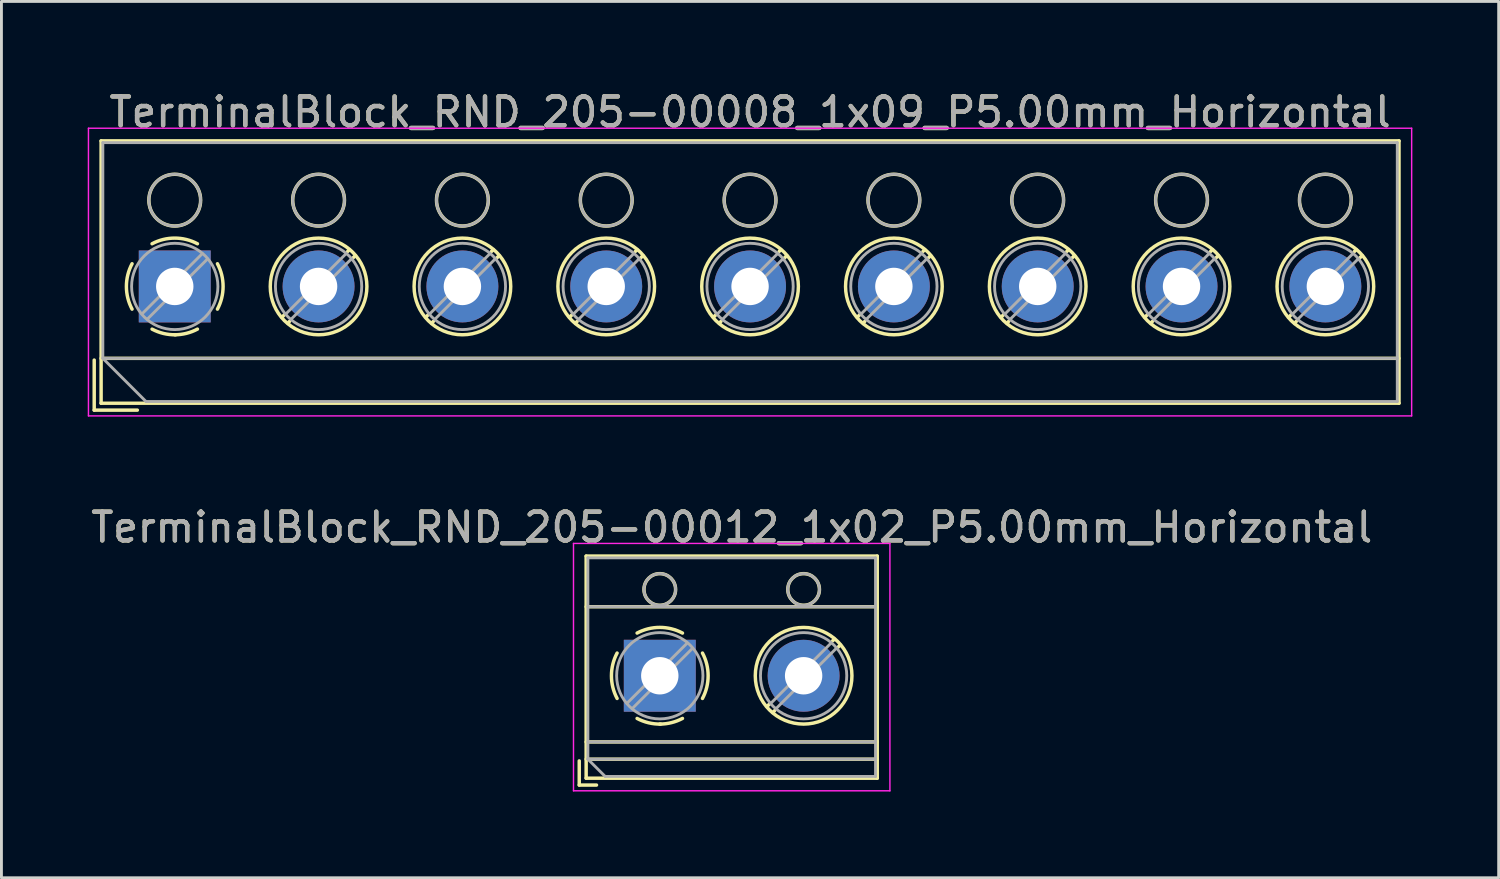
<source format=kicad_pcb>
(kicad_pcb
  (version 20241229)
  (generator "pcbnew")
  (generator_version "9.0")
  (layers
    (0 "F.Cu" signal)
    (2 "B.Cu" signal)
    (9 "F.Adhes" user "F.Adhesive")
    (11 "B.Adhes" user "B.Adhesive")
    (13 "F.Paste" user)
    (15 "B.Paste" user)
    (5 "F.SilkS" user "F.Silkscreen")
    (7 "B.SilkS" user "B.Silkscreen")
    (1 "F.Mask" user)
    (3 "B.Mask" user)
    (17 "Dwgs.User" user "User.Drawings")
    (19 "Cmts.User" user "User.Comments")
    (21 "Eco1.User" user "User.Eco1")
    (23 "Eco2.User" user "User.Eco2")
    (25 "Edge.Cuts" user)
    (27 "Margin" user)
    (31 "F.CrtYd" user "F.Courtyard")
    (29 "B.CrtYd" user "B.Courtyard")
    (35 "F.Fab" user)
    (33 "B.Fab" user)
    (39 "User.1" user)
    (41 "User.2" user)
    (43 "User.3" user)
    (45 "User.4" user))
  (footprint "TerminalBlock_RND_205-00008_1x09_P5.00mm_Horizontal"
    (layer "F.Cu")
    (at 3.025 6.908)
    (property "Reference" "TerminalBlock_RND_205-00008_1x09_P5.00mm_Horizontal" (at 20 -6.06 0) (layer "F.SilkS") (effects (font (size 1 1) (thickness 0.15))))
    (attr through_hole)
    (fp_line (start -2.8 2.56) (end -2.8 4.3) (stroke (width 0.12) (type solid)) (layer "F.SilkS"))
    (fp_line (start -2.8 4.3) (end -1.3 4.3) (stroke (width 0.12) (type solid)) (layer "F.SilkS"))
    (fp_line (start -2.56 -5.06) (end -2.56 4.06) (stroke (width 0.12) (type solid)) (layer "F.SilkS"))
    (fp_line (start -2.56 -5.06) (end 42.56 -5.06) (stroke (width 0.12) (type solid)) (layer "F.SilkS"))
    (fp_line (start -2.56 2.5) (end 42.56 2.5) (stroke (width 0.12) (type solid)) (layer "F.SilkS"))
    (fp_line (start -2.56 4.06) (end 42.56 4.06) (stroke (width 0.12) (type solid)) (layer "F.SilkS"))
    (fp_line (start 3.82 0.976) (end 3.726 1.069) (stroke (width 0.12) (type solid)) (layer "F.SilkS"))
    (fp_line (start 3.99 1.216) (end 3.931 1.274) (stroke (width 0.12) (type solid)) (layer "F.SilkS"))
    (fp_line (start 6.07 -1.275) (end 6.011 -1.216) (stroke (width 0.12) (type solid)) (layer "F.SilkS"))
    (fp_line (start 6.275 -1.069) (end 6.181 -0.976) (stroke (width 0.12) (type solid)) (layer "F.SilkS"))
    (fp_line (start 8.82 0.976) (end 8.726 1.069) (stroke (width 0.12) (type solid)) (layer "F.SilkS"))
    (fp_line (start 8.99 1.216) (end 8.931 1.274) (stroke (width 0.12) (type solid)) (layer "F.SilkS"))
    (fp_line (start 11.07 -1.275) (end 11.011 -1.216) (stroke (width 0.12) (type solid)) (layer "F.SilkS"))
    (fp_line (start 11.275 -1.069) (end 11.181 -0.976) (stroke (width 0.12) (type solid)) (layer "F.SilkS"))
    (fp_line (start 13.82 0.976) (end 13.726 1.069) (stroke (width 0.12) (type solid)) (layer "F.SilkS"))
    (fp_line (start 13.99 1.216) (end 13.931 1.274) (stroke (width 0.12) (type solid)) (layer "F.SilkS"))
    (fp_line (start 16.07 -1.275) (end 16.011 -1.216) (stroke (width 0.12) (type solid)) (layer "F.SilkS"))
    (fp_line (start 16.275 -1.069) (end 16.181 -0.976) (stroke (width 0.12) (type solid)) (layer "F.SilkS"))
    (fp_line (start 18.82 0.976) (end 18.726 1.069) (stroke (width 0.12) (type solid)) (layer "F.SilkS"))
    (fp_line (start 18.99 1.216) (end 18.931 1.274) (stroke (width 0.12) (type solid)) (layer "F.SilkS"))
    (fp_line (start 21.07 -1.275) (end 21.011 -1.216) (stroke (width 0.12) (type solid)) (layer "F.SilkS"))
    (fp_line (start 21.275 -1.069) (end 21.181 -0.976) (stroke (width 0.12) (type solid)) (layer "F.SilkS"))
    (fp_line (start 23.82 0.976) (end 23.726 1.069) (stroke (width 0.12) (type solid)) (layer "F.SilkS"))
    (fp_line (start 23.99 1.216) (end 23.931 1.274) (stroke (width 0.12) (type solid)) (layer "F.SilkS"))
    (fp_line (start 26.07 -1.275) (end 26.011 -1.216) (stroke (width 0.12) (type solid)) (layer "F.SilkS"))
    (fp_line (start 26.275 -1.069) (end 26.181 -0.976) (stroke (width 0.12) (type solid)) (layer "F.SilkS"))
    (fp_line (start 28.82 0.976) (end 28.726 1.069) (stroke (width 0.12) (type solid)) (layer "F.SilkS"))
    (fp_line (start 28.99 1.216) (end 28.931 1.274) (stroke (width 0.12) (type solid)) (layer "F.SilkS"))
    (fp_line (start 31.07 -1.275) (end 31.011 -1.216) (stroke (width 0.12) (type solid)) (layer "F.SilkS"))
    (fp_line (start 31.275 -1.069) (end 31.181 -0.976) (stroke (width 0.12) (type solid)) (layer "F.SilkS"))
    (fp_line (start 33.82 0.976) (end 33.726 1.069) (stroke (width 0.12) (type solid)) (layer "F.SilkS"))
    (fp_line (start 33.99 1.216) (end 33.931 1.274) (stroke (width 0.12) (type solid)) (layer "F.SilkS"))
    (fp_line (start 36.07 -1.275) (end 36.011 -1.216) (stroke (width 0.12) (type solid)) (layer "F.SilkS"))
    (fp_line (start 36.275 -1.069) (end 36.181 -0.976) (stroke (width 0.12) (type solid)) (layer "F.SilkS"))
    (fp_line (start 38.82 0.976) (end 38.726 1.069) (stroke (width 0.12) (type solid)) (layer "F.SilkS"))
    (fp_line (start 38.99 1.216) (end 38.931 1.274) (stroke (width 0.12) (type solid)) (layer "F.SilkS"))
    (fp_line (start 41.07 -1.275) (end 41.011 -1.216) (stroke (width 0.12) (type solid)) (layer "F.SilkS"))
    (fp_line (start 41.275 -1.069) (end 41.181 -0.976) (stroke (width 0.12) (type solid)) (layer "F.SilkS"))
    (fp_line (start 42.56 -5.06) (end 42.56 4.06) (stroke (width 0.12) (type solid)) (layer "F.SilkS"))
    (fp_arc (start -1.483953 0.789089) (mid -1.680708 0.00005) (end -1.484 -0.789) (stroke (width 0.12) (type solid)) (layer "F.SilkS"))
    (fp_arc (start -0.789089 -1.483953) (mid -0.00005 -1.680708) (end 0.789 -1.484) (stroke (width 0.12) (type solid)) (layer "F.SilkS"))
    (fp_arc (start 0.029383 1.68045) (mid -0.392304 1.634281) (end -0.789 1.484) (stroke (width 0.12) (type solid)) (layer "F.SilkS"))
    (fp_arc (start 0.788712 1.483352) (mid 0.406429 1.630097) (end 0 1.68) (stroke (width 0.12) (type solid)) (layer "F.SilkS"))
    (fp_arc (start 1.483953 -0.789089) (mid 1.680708 -0.00005) (end 1.484 0.789) (stroke (width 0.12) (type solid)) (layer "F.SilkS"))
    (fp_circle (center 0 -3) (end 0.9 -3) (stroke (width 0.12) (type solid)) (fill no) (layer "F.SilkS"))
    (fp_circle (center 5 -3) (end 5.9 -3) (stroke (width 0.12) (type solid)) (fill no) (layer "F.SilkS"))
    (fp_circle (center 5 0) (end 6.68 0) (stroke (width 0.12) (type solid)) (fill no) (layer "F.SilkS"))
    (fp_circle (center 10 -3) (end 10.9 -3) (stroke (width 0.12) (type solid)) (fill no) (layer "F.SilkS"))
    (fp_circle (center 10 0) (end 11.68 0) (stroke (width 0.12) (type solid)) (fill no) (layer "F.SilkS"))
    (fp_circle (center 15 -3) (end 15.9 -3) (stroke (width 0.12) (type solid)) (fill no) (layer "F.SilkS"))
    (fp_circle (center 15 0) (end 16.68 0) (stroke (width 0.12) (type solid)) (fill no) (layer "F.SilkS"))
    (fp_circle (center 20 -3) (end 20.9 -3) (stroke (width 0.12) (type solid)) (fill no) (layer "F.SilkS"))
    (fp_circle (center 20 0) (end 21.68 0) (stroke (width 0.12) (type solid)) (fill no) (layer "F.SilkS"))
    (fp_circle (center 25 -3) (end 25.9 -3) (stroke (width 0.12) (type solid)) (fill no) (layer "F.SilkS"))
    (fp_circle (center 25 0) (end 26.68 0) (stroke (width 0.12) (type solid)) (fill no) (layer "F.SilkS"))
    (fp_circle (center 30 -3) (end 30.9 -3) (stroke (width 0.12) (type solid)) (fill no) (layer "F.SilkS"))
    (fp_circle (center 30 0) (end 31.68 0) (stroke (width 0.12) (type solid)) (fill no) (layer "F.SilkS"))
    (fp_circle (center 35 -3) (end 35.9 -3) (stroke (width 0.12) (type solid)) (fill no) (layer "F.SilkS"))
    (fp_circle (center 35 0) (end 36.68 0) (stroke (width 0.12) (type solid)) (fill no) (layer "F.SilkS"))
    (fp_circle (center 40 -3) (end 40.9 -3) (stroke (width 0.12) (type solid)) (fill no) (layer "F.SilkS"))
    (fp_circle (center 40 0) (end 41.68 0) (stroke (width 0.12) (type solid)) (fill no) (layer "F.SilkS"))
    (fp_line (start -3 -5.5) (end -3 4.5) (stroke (width 0.05) (type solid)) (layer "F.CrtYd"))
    (fp_line (start -3 4.5) (end 43 4.5) (stroke (width 0.05) (type solid)) (layer "F.CrtYd"))
    (fp_line (start 43 -5.5) (end -3 -5.5) (stroke (width 0.05) (type solid)) (layer "F.CrtYd"))
    (fp_line (start 43 4.5) (end 43 -5.5) (stroke (width 0.05) (type solid)) (layer "F.CrtYd"))
    (fp_line (start -2.5 -5) (end 42.5 -5) (stroke (width 0.1) (type solid)) (layer "F.Fab"))
    (fp_line (start -2.5 2.5) (end -2.5 -5) (stroke (width 0.1) (type solid)) (layer "F.Fab"))
    (fp_line (start -2.5 2.5) (end 42.5 2.5) (stroke (width 0.1) (type solid)) (layer "F.Fab"))
    (fp_line (start -1 4) (end -2.5 2.5) (stroke (width 0.1) (type solid)) (layer "F.Fab"))
    (fp_line (start 0.955 -1.138) (end -1.138 0.955) (stroke (width 0.1) (type solid)) (layer "F.Fab"))
    (fp_line (start 1.138 -0.955) (end -0.955 1.138) (stroke (width 0.1) (type solid)) (layer "F.Fab"))
    (fp_line (start 5.955 -1.138) (end 3.863 0.955) (stroke (width 0.1) (type solid)) (layer "F.Fab"))
    (fp_line (start 6.138 -0.955) (end 4.046 1.138) (stroke (width 0.1) (type solid)) (layer "F.Fab"))
    (fp_line (start 10.955 -1.138) (end 8.863 0.955) (stroke (width 0.1) (type solid)) (layer "F.Fab"))
    (fp_line (start 11.138 -0.955) (end 9.046 1.138) (stroke (width 0.1) (type solid)) (layer "F.Fab"))
    (fp_line (start 15.955 -1.138) (end 13.863 0.955) (stroke (width 0.1) (type solid)) (layer "F.Fab"))
    (fp_line (start 16.138 -0.955) (end 14.046 1.138) (stroke (width 0.1) (type solid)) (layer "F.Fab"))
    (fp_line (start 20.955 -1.138) (end 18.863 0.955) (stroke (width 0.1) (type solid)) (layer "F.Fab"))
    (fp_line (start 21.138 -0.955) (end 19.046 1.138) (stroke (width 0.1) (type solid)) (layer "F.Fab"))
    (fp_line (start 25.955 -1.138) (end 23.863 0.955) (stroke (width 0.1) (type solid)) (layer "F.Fab"))
    (fp_line (start 26.138 -0.955) (end 24.046 1.138) (stroke (width 0.1) (type solid)) (layer "F.Fab"))
    (fp_line (start 30.955 -1.138) (end 28.863 0.955) (stroke (width 0.1) (type solid)) (layer "F.Fab"))
    (fp_line (start 31.138 -0.955) (end 29.046 1.138) (stroke (width 0.1) (type solid)) (layer "F.Fab"))
    (fp_line (start 35.955 -1.138) (end 33.863 0.955) (stroke (width 0.1) (type solid)) (layer "F.Fab"))
    (fp_line (start 36.138 -0.955) (end 34.046 1.138) (stroke (width 0.1) (type solid)) (layer "F.Fab"))
    (fp_line (start 40.955 -1.138) (end 38.863 0.955) (stroke (width 0.1) (type solid)) (layer "F.Fab"))
    (fp_line (start 41.138 -0.955) (end 39.046 1.138) (stroke (width 0.1) (type solid)) (layer "F.Fab"))
    (fp_line (start 42.5 -5) (end 42.5 4) (stroke (width 0.1) (type solid)) (layer "F.Fab"))
    (fp_line (start 42.5 4) (end -1 4) (stroke (width 0.1) (type solid)) (layer "F.Fab"))
    (fp_circle (center 0 -3) (end 0.9 -3) (stroke (width 0.1) (type solid)) (fill no) (layer "F.Fab"))
    (fp_circle (center 0 0) (end 1.5 0) (stroke (width 0.1) (type solid)) (fill no) (layer "F.Fab"))
    (fp_circle (center 5 -3) (end 5.9 -3) (stroke (width 0.1) (type solid)) (fill no) (layer "F.Fab"))
    (fp_circle (center 5 0) (end 6.5 0) (stroke (width 0.1) (type solid)) (fill no) (layer "F.Fab"))
    (fp_circle (center 10 -3) (end 10.9 -3) (stroke (width 0.1) (type solid)) (fill no) (layer "F.Fab"))
    (fp_circle (center 10 0) (end 11.5 0) (stroke (width 0.1) (type solid)) (fill no) (layer "F.Fab"))
    (fp_circle (center 15 -3) (end 15.9 -3) (stroke (width 0.1) (type solid)) (fill no) (layer "F.Fab"))
    (fp_circle (center 15 0) (end 16.5 0) (stroke (width 0.1) (type solid)) (fill no) (layer "F.Fab"))
    (fp_circle (center 20 -3) (end 20.9 -3) (stroke (width 0.1) (type solid)) (fill no) (layer "F.Fab"))
    (fp_circle (center 20 0) (end 21.5 0) (stroke (width 0.1) (type solid)) (fill no) (layer "F.Fab"))
    (fp_circle (center 25 -3) (end 25.9 -3) (stroke (width 0.1) (type solid)) (fill no) (layer "F.Fab"))
    (fp_circle (center 25 0) (end 26.5 0) (stroke (width 0.1) (type solid)) (fill no) (layer "F.Fab"))
    (fp_circle (center 30 -3) (end 30.9 -3) (stroke (width 0.1) (type solid)) (fill no) (layer "F.Fab"))
    (fp_circle (center 30 0) (end 31.5 0) (stroke (width 0.1) (type solid)) (fill no) (layer "F.Fab"))
    (fp_circle (center 35 -3) (end 35.9 -3) (stroke (width 0.1) (type solid)) (fill no) (layer "F.Fab"))
    (fp_circle (center 35 0) (end 36.5 0) (stroke (width 0.1) (type solid)) (fill no) (layer "F.Fab"))
    (fp_circle (center 40 -3) (end 40.9 -3) (stroke (width 0.1) (type solid)) (fill no) (layer "F.Fab"))
    (fp_circle (center 40 0) (end 41.5 0) (stroke (width 0.1) (type solid)) (fill no) (layer "F.Fab"))
    (fp_text user "${REFERENCE}" (at 20 -6.06 0) (layer "F.Fab") (effects (font (size 1 1) (thickness 0.15))))
    (pad "1" thru_hole rect (at 0 0) (size 2.5 2.5) (drill 1.3) (layers "*.Cu" "*.Mask"))
    (pad "2" thru_hole circle (at 5 0) (size 2.5 2.5) (drill 1.3) (layers "*.Cu" "*.Mask"))
    (pad "3" thru_hole circle (at 10 0) (size 2.5 2.5) (drill 1.3) (layers "*.Cu" "*.Mask"))
    (pad "4" thru_hole circle (at 15 0) (size 2.5 2.5) (drill 1.3) (layers "*.Cu" "*.Mask"))
    (pad "5" thru_hole circle (at 20 0) (size 2.5 2.5) (drill 1.3) (layers "*.Cu" "*.Mask"))
    (pad "6" thru_hole circle (at 25 0) (size 2.5 2.5) (drill 1.3) (layers "*.Cu" "*.Mask"))
    (pad "7" thru_hole circle (at 30 0) (size 2.5 2.5) (drill 1.3) (layers "*.Cu" "*.Mask"))
    (pad "8" thru_hole circle (at 35 0) (size 2.5 2.5) (drill 1.3) (layers "*.Cu" "*.Mask"))
    (pad "9" thru_hole circle (at 40 0) (size 2.5 2.5) (drill 1.3) (layers "*.Cu" "*.Mask")))
  (footprint "TerminalBlock_RND_205-00012_1x02_P5.00mm_Horizontal"
    (layer "F.Cu")
    (at 19.887 20.442)
    (property "Reference" "TerminalBlock_RND_205-00012_1x02_P5.00mm_Horizontal" (at 2.5 -5.16 0) (layer "F.SilkS") (effects (font (size 1 1) (thickness 0.15))))
    (attr through_hole)
    (fp_line (start -2.8 2.96) (end -2.8 3.8) (stroke (width 0.12) (type solid)) (layer "F.SilkS"))
    (fp_line (start -2.8 3.8) (end -2.2 3.8) (stroke (width 0.12) (type solid)) (layer "F.SilkS"))
    (fp_line (start -2.56 -4.16) (end -2.56 3.561) (stroke (width 0.12) (type solid)) (layer "F.SilkS"))
    (fp_line (start -2.56 -4.16) (end 7.56 -4.16) (stroke (width 0.12) (type solid)) (layer "F.SilkS"))
    (fp_line (start -2.56 -2.4) (end 7.56 -2.4) (stroke (width 0.12) (type solid)) (layer "F.SilkS"))
    (fp_line (start -2.56 2.3) (end 7.56 2.3) (stroke (width 0.12) (type solid)) (layer "F.SilkS"))
    (fp_line (start -2.56 2.9) (end 7.56 2.9) (stroke (width 0.12) (type solid)) (layer "F.SilkS"))
    (fp_line (start -2.56 3.561) (end 7.56 3.561) (stroke (width 0.12) (type solid)) (layer "F.SilkS"))
    (fp_line (start 3.82 0.976) (end 3.726 1.069) (stroke (width 0.12) (type solid)) (layer "F.SilkS"))
    (fp_line (start 3.99 1.216) (end 3.931 1.274) (stroke (width 0.12) (type solid)) (layer "F.SilkS"))
    (fp_line (start 6.07 -1.275) (end 6.011 -1.216) (stroke (width 0.12) (type solid)) (layer "F.SilkS"))
    (fp_line (start 6.275 -1.069) (end 6.181 -0.976) (stroke (width 0.12) (type solid)) (layer "F.SilkS"))
    (fp_line (start 7.56 -4.16) (end 7.56 3.561) (stroke (width 0.12) (type solid)) (layer "F.SilkS"))
    (fp_arc (start -1.483953 0.789089) (mid -1.680708 0.00005) (end -1.484 -0.789) (stroke (width 0.12) (type solid)) (layer "F.SilkS"))
    (fp_arc (start -0.789089 -1.483953) (mid -0.00005 -1.680708) (end 0.789 -1.484) (stroke (width 0.12) (type solid)) (layer "F.SilkS"))
    (fp_arc (start 0.029383 1.68045) (mid -0.392304 1.634281) (end -0.789 1.484) (stroke (width 0.12) (type solid)) (layer "F.SilkS"))
    (fp_arc (start 0.788712 1.483352) (mid 0.406429 1.630097) (end 0 1.68) (stroke (width 0.12) (type solid)) (layer "F.SilkS"))
    (fp_arc (start 1.483953 -0.789089) (mid 1.680708 -0.00005) (end 1.484 0.789) (stroke (width 0.12) (type solid)) (layer "F.SilkS"))
    (fp_circle (center 0 -3) (end 0.55 -3) (stroke (width 0.12) (type solid)) (fill no) (layer "F.SilkS"))
    (fp_circle (center 5 -3) (end 5.55 -3) (stroke (width 0.12) (type solid)) (fill no) (layer "F.SilkS"))
    (fp_circle (center 5 0) (end 6.68 0) (stroke (width 0.12) (type solid)) (fill no) (layer "F.SilkS"))
    (fp_line (start -3 -4.6) (end -3 4) (stroke (width 0.05) (type solid)) (layer "F.CrtYd"))
    (fp_line (start -3 4) (end 8 4) (stroke (width 0.05) (type solid)) (layer "F.CrtYd"))
    (fp_line (start 8 -4.6) (end -3 -4.6) (stroke (width 0.05) (type solid)) (layer "F.CrtYd"))
    (fp_line (start 8 4) (end 8 -4.6) (stroke (width 0.05) (type solid)) (layer "F.CrtYd"))
    (fp_line (start -2.5 -4.1) (end 7.5 -4.1) (stroke (width 0.1) (type solid)) (layer "F.Fab"))
    (fp_line (start -2.5 -2.4) (end 7.5 -2.4) (stroke (width 0.1) (type solid)) (layer "F.Fab"))
    (fp_line (start -2.5 2.3) (end 7.5 2.3) (stroke (width 0.1) (type solid)) (layer "F.Fab"))
    (fp_line (start -2.5 2.9) (end -2.5 -4.1) (stroke (width 0.1) (type solid)) (layer "F.Fab"))
    (fp_line (start -2.5 2.9) (end 7.5 2.9) (stroke (width 0.1) (type solid)) (layer "F.Fab"))
    (fp_line (start -1.9 3.5) (end -2.5 2.9) (stroke (width 0.1) (type solid)) (layer "F.Fab"))
    (fp_line (start 0.955 -1.138) (end -1.138 0.955) (stroke (width 0.1) (type solid)) (layer "F.Fab"))
    (fp_line (start 1.138 -0.955) (end -0.955 1.138) (stroke (width 0.1) (type solid)) (layer "F.Fab"))
    (fp_line (start 5.955 -1.138) (end 3.863 0.955) (stroke (width 0.1) (type solid)) (layer "F.Fab"))
    (fp_line (start 6.138 -0.955) (end 4.046 1.138) (stroke (width 0.1) (type solid)) (layer "F.Fab"))
    (fp_line (start 7.5 -4.1) (end 7.5 3.5) (stroke (width 0.1) (type solid)) (layer "F.Fab"))
    (fp_line (start 7.5 3.5) (end -1.9 3.5) (stroke (width 0.1) (type solid)) (layer "F.Fab"))
    (fp_circle (center 0 -3) (end 0.55 -3) (stroke (width 0.1) (type solid)) (fill no) (layer "F.Fab"))
    (fp_circle (center 0 0) (end 1.5 0) (stroke (width 0.1) (type solid)) (fill no) (layer "F.Fab"))
    (fp_circle (center 5 -3) (end 5.55 -3) (stroke (width 0.1) (type solid)) (fill no) (layer "F.Fab"))
    (fp_circle (center 5 0) (end 6.5 0) (stroke (width 0.1) (type solid)) (fill no) (layer "F.Fab"))
    (fp_text user "${REFERENCE}" (at 2.5 -5.16 0) (layer "F.Fab") (effects (font (size 1 1) (thickness 0.15))))
    (pad "1" thru_hole rect (at 0 0) (size 2.5 2.5) (drill 1.3) (layers "*.Cu" "*.Mask"))
    (pad "2" thru_hole circle (at 5 0) (size 2.5 2.5) (drill 1.3) (layers "*.Cu" "*.Mask")))
  (gr_rect
    (start -3 -3)
    (end 49.05 27.466)
    (stroke (width 0.1) (type default))
    (fill no)
    (layer "Edge.Cuts")))
</source>
